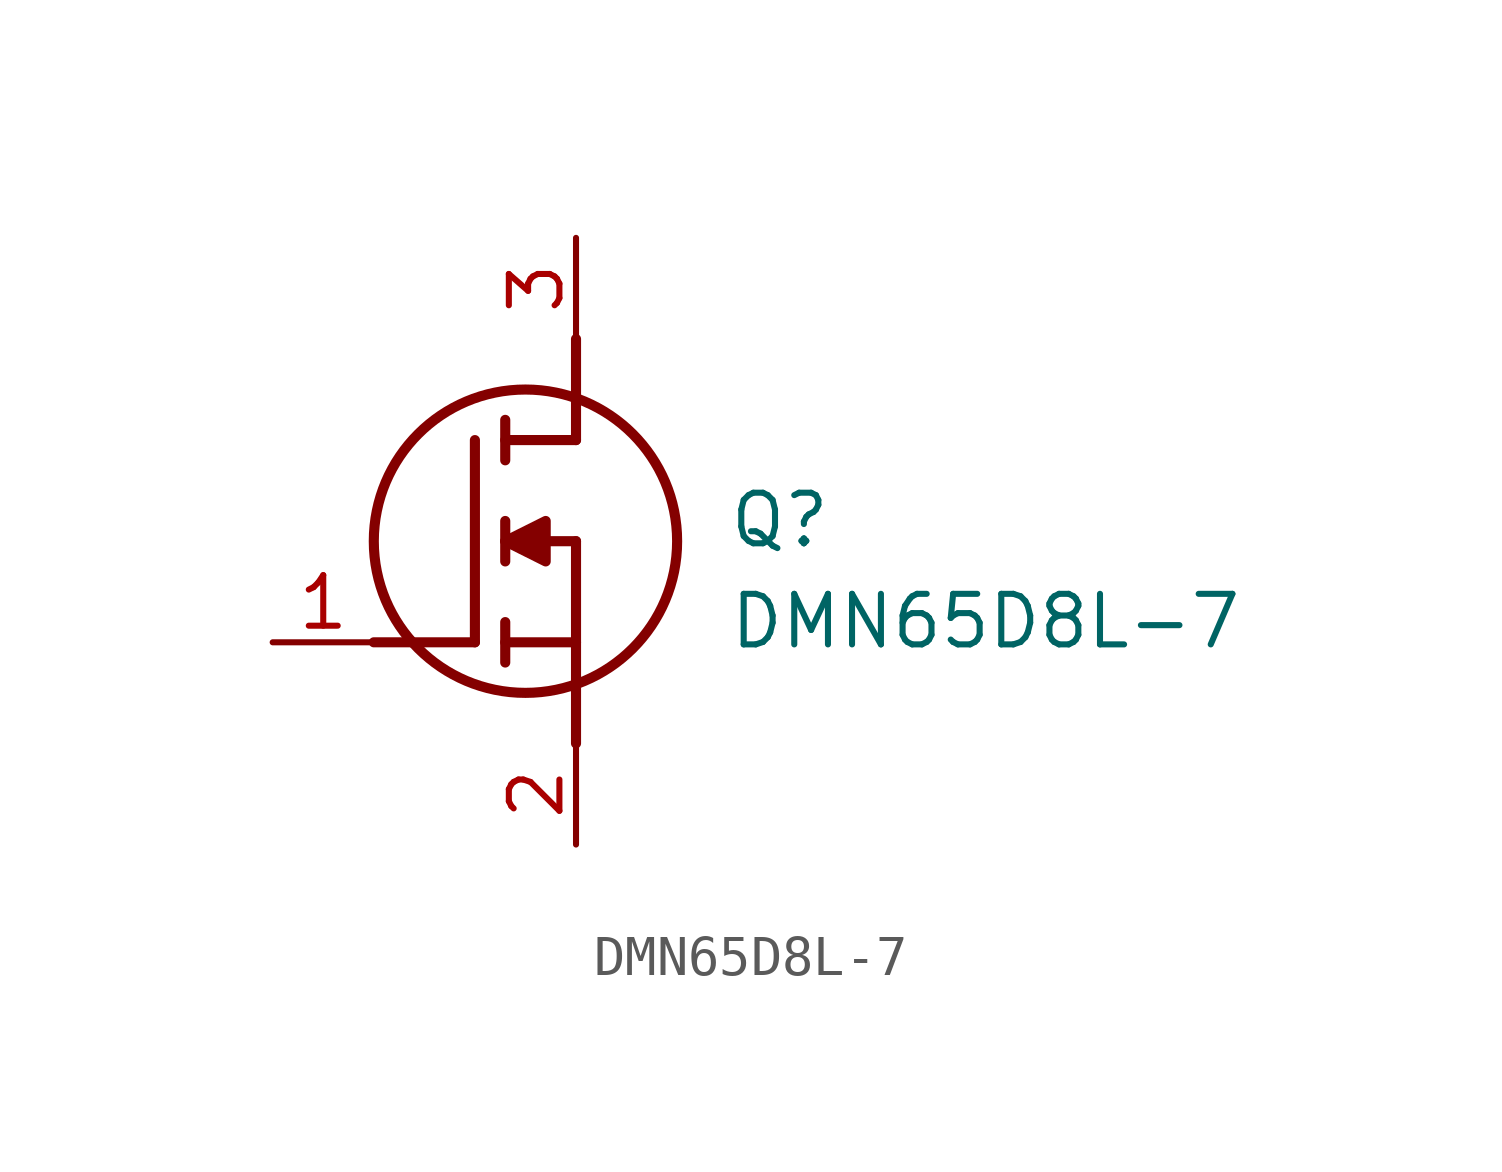
<source format=kicad_sym>
(kicad_symbol_lib
  (version 20211014)
  (generator SamacSys_ECAD_Model)
  (symbol "DMN65D8L-7"
    (pin_names hide)
    (property "Reference" "Q"
      (at 11.43 3.81 0)
      (effects (font (size 1.27 1.27)) (justify left top)))
    (property "Value" "DMN65D8L-7"
      (at 11.43 1.27 0)
      (effects (font (size 1.27 1.27)) (justify left top)))
    (polyline
      (pts (xy 7.62 2.54) (xy 7.62 -2.54))
      (stroke (width 0.254) (type default))
      (fill (type none)))
    (polyline
      (pts (xy 7.62 5.08) (xy 7.62 7.62))
      (stroke (width 0.254) (type default))
      (fill (type none)))
    (polyline
      (pts (xy 2.54 0) (xy 5.08 0))
      (stroke (width 0.254) (type default))
      (fill (type none)))
    (polyline
      (pts (xy 5.08 5.08) (xy 5.08 0))
      (stroke (width 0.254) (type default))
      (fill (type none)))
    (polyline
      (pts (xy 7.62 2.54) (xy 5.842 2.54))
      (stroke (width 0.254) (type default))
      (fill (type none)))
    (polyline
      (pts (xy 7.62 5.08) (xy 5.842 5.08))
      (stroke (width 0.254) (type default))
      (fill (type none)))
    (polyline
      (pts (xy 5.842 0) (xy 7.62 0))
      (stroke (width 0.254) (type default))
      (fill (type none)))
    (polyline
      (pts (xy 5.842 5.588) (xy 5.842 4.572))
      (stroke (width 0.254) (type default))
      (fill (type none)))
    (polyline
      (pts (xy 5.842 -0.508) (xy 5.842 0.508))
      (stroke (width 0.254) (type default))
      (fill (type none)))
    (polyline
      (pts (xy 5.842 2.032) (xy 5.842 3.048))
      (stroke (width 0.254) (type default))
      (fill (type none)))
    (circle
      (center 6.35 2.54)
      (radius 3.81)
      (stroke (width 0.254) (type default))
      (fill (type none)))
    (polyline
      (pts (xy 5.842 2.54) (xy 6.858 3.048) (xy 6.858 2.032) (xy 5.842 2.54))
      (stroke (width 0.254) (type default))
      (fill (type outline)))
    (pin passive line
      (at 0 0 0)
      (length 2.54)
      (name "G" (effects (font (size 1.27 1.27))))
      (number "1" (effects (font (size 1.27 1.27)))))
    (pin passive line
      (at 7.62 10.16 270)
      (length 2.54)
      (name "D" (effects (font (size 1.27 1.27))))
      (number "3" (effects (font (size 1.27 1.27)))))
    (pin passive line
      (at 7.62 -5.08 90)
      (length 2.54)
      (name "S" (effects (font (size 1.27 1.27))))
      (number "2" (effects (font (size 1.27 1.27)))))))
</source>
